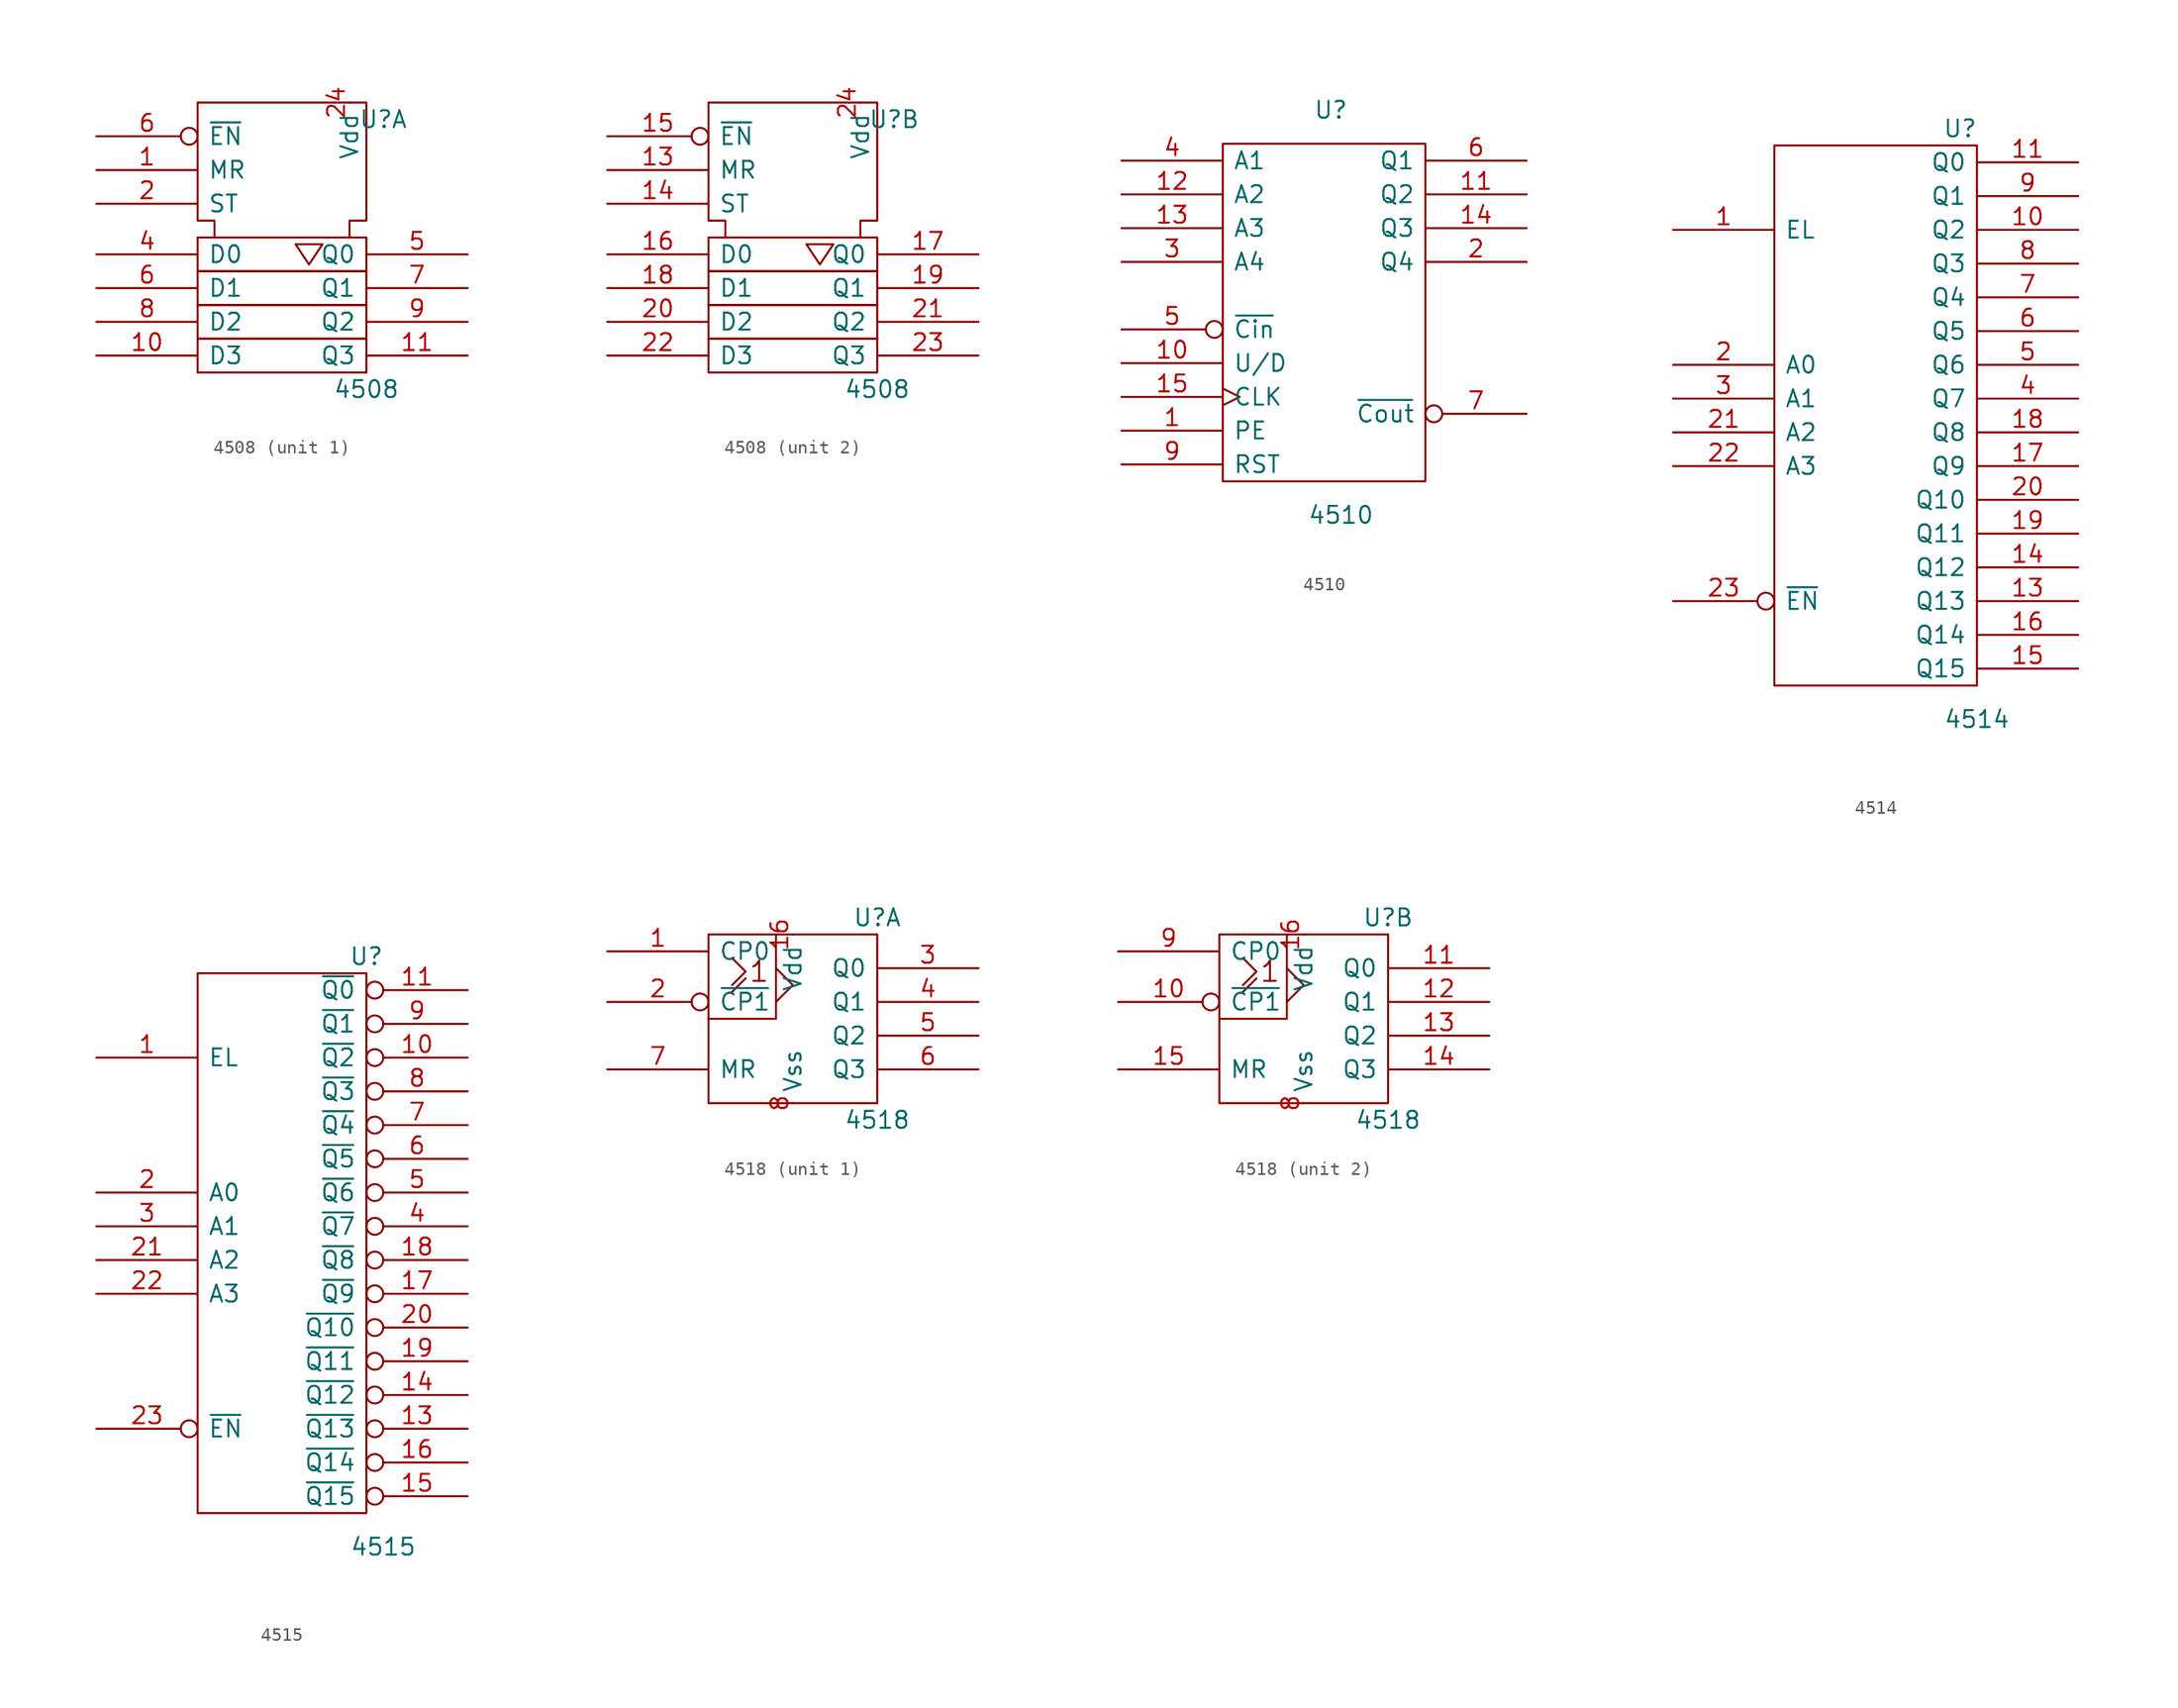
<source format=kicad_sym>
(kicad_symbol_lib
  (version 20201005)
  (generator kicad_symbol_editor)
  (symbol "4508"
    (pin_names
      (offset 0.762))
    (property "Reference" "U"
      (at 7.62 8.89 0)
      (effects (font (size 1.27 1.27))))
    (property "Value" "4508"
      (at 6.35 -11.43 0)
      (effects (font (size 1.27 1.27))))
    (symbol "4508_0_1"
      (rectangle (start -6.35 -7.62) (end 6.35 -10.16) (stroke (width 0)) (fill (type none)))
      (rectangle (start -6.35 -5.08) (end 6.35 -7.62) (stroke (width 0)) (fill (type none)))
      (rectangle (start -6.35 -2.54) (end 6.35 -5.08) (stroke (width 0)) (fill (type none)))
      (rectangle (start -6.35 0) (end 6.35 -2.54) (stroke (width 0)) (fill (type none)))
      (polyline (pts (xy 1.016 -0.508) (xy 2.032 -2.032) (xy 3.048 -0.508) (xy 1.016 -0.508) (xy 1.016 -0.508)) (stroke (width 0)) (fill (type none)))
      (polyline (pts (xy -5.08 0) (xy -5.08 1.27) (xy -6.35 1.27) (xy -6.35 10.16) (xy 6.35 10.16) (xy 6.35 1.27) (xy 5.08 1.27) (xy 5.08 0) (xy 5.08 0)) (stroke (width 0)) (fill (type none)))
      (pin power_in line (at 1.27 10.16 270) (length 0) hide (name "Vss" (effects (font (size 1.27 1.27)))) (number "12" (effects (font (size 1.27 1.27)))))
      (pin power_in line (at 5.08 10.16 270) (length 0) (name "Vdd" (effects (font (size 1.27 1.27)))) (number "24" (effects (font (size 1.27 1.27))))))
    (symbol "4508_1_1"
      (pin input line (at -13.97 5.08 0) (length 7.62) (name "MR" (effects (font (size 1.27 1.27)))) (number "1" (effects (font (size 1.27 1.27)))))
      (pin input line (at -13.97 -8.89 0) (length 7.62) (name "D3" (effects (font (size 1.27 1.27)))) (number "10" (effects (font (size 1.27 1.27)))))
      (pin output line (at 13.97 -8.89 180) (length 7.62) (name "Q3" (effects (font (size 1.27 1.27)))) (number "11" (effects (font (size 1.27 1.27)))))
      (pin input line (at -13.97 2.54 0) (length 7.62) (name "ST" (effects (font (size 1.27 1.27)))) (number "2" (effects (font (size 1.27 1.27)))))
      (pin input line (at -13.97 -1.27 0) (length 7.62) (name "D0" (effects (font (size 1.27 1.27)))) (number "4" (effects (font (size 1.27 1.27)))))
      (pin output line (at 13.97 -1.27 180) (length 7.62) (name "Q0" (effects (font (size 1.27 1.27)))) (number "5" (effects (font (size 1.27 1.27)))))
      (pin input line (at -13.97 -3.81 0) (length 7.62) (name "D1" (effects (font (size 1.27 1.27)))) (number "6" (effects (font (size 1.27 1.27)))))
      (pin input inverted (at -13.97 7.62 0) (length 7.62) (name "~EN" (effects (font (size 1.27 1.27)))) (number "6" (effects (font (size 1.27 1.27)))))
      (pin output line (at 13.97 -3.81 180) (length 7.62) (name "Q1" (effects (font (size 1.27 1.27)))) (number "7" (effects (font (size 1.27 1.27)))))
      (pin input line (at -13.97 -6.35 0) (length 7.62) (name "D2" (effects (font (size 1.27 1.27)))) (number "8" (effects (font (size 1.27 1.27)))))
      (pin output line (at 13.97 -6.35 180) (length 7.62) (name "Q2" (effects (font (size 1.27 1.27)))) (number "9" (effects (font (size 1.27 1.27))))))
    (symbol "4508_2_1"
      (pin input line (at -13.97 5.08 0) (length 7.62) (name "MR" (effects (font (size 1.27 1.27)))) (number "13" (effects (font (size 1.27 1.27)))))
      (pin input line (at -13.97 2.54 0) (length 7.62) (name "ST" (effects (font (size 1.27 1.27)))) (number "14" (effects (font (size 1.27 1.27)))))
      (pin input inverted (at -13.97 7.62 0) (length 7.62) (name "~EN" (effects (font (size 1.27 1.27)))) (number "15" (effects (font (size 1.27 1.27)))))
      (pin input line (at -13.97 -1.27 0) (length 7.62) (name "D0" (effects (font (size 1.27 1.27)))) (number "16" (effects (font (size 1.27 1.27)))))
      (pin output line (at 13.97 -1.27 180) (length 7.62) (name "Q0" (effects (font (size 1.27 1.27)))) (number "17" (effects (font (size 1.27 1.27)))))
      (pin input line (at -13.97 -3.81 0) (length 7.62) (name "D1" (effects (font (size 1.27 1.27)))) (number "18" (effects (font (size 1.27 1.27)))))
      (pin output line (at 13.97 -3.81 180) (length 7.62) (name "Q1" (effects (font (size 1.27 1.27)))) (number "19" (effects (font (size 1.27 1.27)))))
      (pin input line (at -13.97 -6.35 0) (length 7.62) (name "D2" (effects (font (size 1.27 1.27)))) (number "20" (effects (font (size 1.27 1.27)))))
      (pin output line (at 13.97 -6.35 180) (length 7.62) (name "Q2" (effects (font (size 1.27 1.27)))) (number "21" (effects (font (size 1.27 1.27)))))
      (pin input line (at -13.97 -8.89 0) (length 7.62) (name "D3" (effects (font (size 1.27 1.27)))) (number "22" (effects (font (size 1.27 1.27)))))
      (pin output line (at 13.97 -8.89 180) (length 7.62) (name "Q3" (effects (font (size 1.27 1.27)))) (number "23" (effects (font (size 1.27 1.27)))))))
  (symbol "4510"
    (pin_names
      (offset 0.762))
    (property "Reference" "U"
      (at 0.508 15.24 0)
      (effects (font (size 1.27 1.27))))
    (property "Value" "4510"
      (at 1.27 -15.24 0)
      (effects (font (size 1.27 1.27))))
    (symbol "4510_0_1"
      (rectangle (start -7.62 12.7) (end 7.62 -12.7) (stroke (width 0)) (fill (type none))))
    (symbol "4510_1_1"
      (pin input line (at -15.24 -8.89 0) (length 7.62) (name "PE" (effects (font (size 1.27 1.27)))) (number "1" (effects (font (size 1.27 1.27)))))
      (pin input line (at -15.24 -3.81 0) (length 7.62) (name "U/D" (effects (font (size 1.27 1.27)))) (number "10" (effects (font (size 1.27 1.27)))))
      (pin output line (at 15.24 8.89 180) (length 7.62) (name "Q2" (effects (font (size 1.27 1.27)))) (number "11" (effects (font (size 1.27 1.27)))))
      (pin input line (at -15.24 8.89 0) (length 7.62) (name "A2" (effects (font (size 1.27 1.27)))) (number "12" (effects (font (size 1.27 1.27)))))
      (pin input line (at -15.24 6.35 0) (length 7.62) (name "A3" (effects (font (size 1.27 1.27)))) (number "13" (effects (font (size 1.27 1.27)))))
      (pin output line (at 15.24 6.35 180) (length 7.62) (name "Q3" (effects (font (size 1.27 1.27)))) (number "14" (effects (font (size 1.27 1.27)))))
      (pin input clock (at -15.24 -6.35 0) (length 7.62) (name "CLK" (effects (font (size 1.27 1.27)))) (number "15" (effects (font (size 1.27 1.27)))))
      (pin power_in line (at 0 12.7 270) (length 0) hide (name "Vdd" (effects (font (size 1.27 1.27)))) (number "16" (effects (font (size 1.27 1.27)))))
      (pin output line (at 15.24 3.81 180) (length 7.62) (name "Q4" (effects (font (size 1.27 1.27)))) (number "2" (effects (font (size 1.27 1.27)))))
      (pin input line (at -15.24 3.81 0) (length 7.62) (name "A4" (effects (font (size 1.27 1.27)))) (number "3" (effects (font (size 1.27 1.27)))))
      (pin input line (at -15.24 11.43 0) (length 7.62) (name "A1" (effects (font (size 1.27 1.27)))) (number "4" (effects (font (size 1.27 1.27)))))
      (pin input inverted (at -15.24 -1.27 0) (length 7.62) (name "~Cin" (effects (font (size 1.27 1.27)))) (number "5" (effects (font (size 1.27 1.27)))))
      (pin output line (at 15.24 11.43 180) (length 7.62) (name "Q1" (effects (font (size 1.27 1.27)))) (number "6" (effects (font (size 1.27 1.27)))))
      (pin output inverted (at 15.24 -7.62 180) (length 7.62) (name "~Cout" (effects (font (size 1.27 1.27)))) (number "7" (effects (font (size 1.27 1.27)))))
      (pin power_in line (at 0 -12.7 90) (length 0) hide (name "Vss" (effects (font (size 1.27 1.27)))) (number "8" (effects (font (size 1.27 1.27)))))
      (pin input line (at -15.24 -11.43 0) (length 7.62) (name "RST" (effects (font (size 1.27 1.27)))) (number "9" (effects (font (size 1.27 1.27)))))))
  (symbol "4514"
    (pin_names
      (offset 0.762))
    (property "Reference" "U"
      (at 6.35 21.59 0)
      (effects (font (size 1.27 1.27))))
    (property "Value" "4514"
      (at 7.62 -22.86 0)
      (effects (font (size 1.27 1.27))))
    (symbol "4514_0_1"
      (rectangle (start 7.62 20.32) (end -7.62 -20.32) (stroke (width 0)) (fill (type none))))
    (symbol "4514_1_1"
      (pin input line (at -15.24 13.97 0) (length 7.62) (name "EL" (effects (font (size 1.27 1.27)))) (number "1" (effects (font (size 1.27 1.27)))))
      (pin output line (at 15.24 13.97 180) (length 7.62) (name "Q2" (effects (font (size 1.27 1.27)))) (number "10" (effects (font (size 1.27 1.27)))))
      (pin output line (at 15.24 19.05 180) (length 7.62) (name "Q0" (effects (font (size 1.27 1.27)))) (number "11" (effects (font (size 1.27 1.27)))))
      (pin power_in line (at 0 -20.32 90) (length 0) hide (name "Vss" (effects (font (size 1.27 1.27)))) (number "12" (effects (font (size 1.27 1.27)))))
      (pin output line (at 15.24 -13.97 180) (length 7.62) (name "Q13" (effects (font (size 1.27 1.27)))) (number "13" (effects (font (size 1.27 1.27)))))
      (pin output line (at 15.24 -11.43 180) (length 7.62) (name "Q12" (effects (font (size 1.27 1.27)))) (number "14" (effects (font (size 1.27 1.27)))))
      (pin output line (at 15.24 -19.05 180) (length 7.62) (name "Q15" (effects (font (size 1.27 1.27)))) (number "15" (effects (font (size 1.27 1.27)))))
      (pin output line (at 15.24 -16.51 180) (length 7.62) (name "Q14" (effects (font (size 1.27 1.27)))) (number "16" (effects (font (size 1.27 1.27)))))
      (pin output line (at 15.24 -3.81 180) (length 7.62) (name "Q9" (effects (font (size 1.27 1.27)))) (number "17" (effects (font (size 1.27 1.27)))))
      (pin output line (at 15.24 -1.27 180) (length 7.62) (name "Q8" (effects (font (size 1.27 1.27)))) (number "18" (effects (font (size 1.27 1.27)))))
      (pin output line (at 15.24 -8.89 180) (length 7.62) (name "Q11" (effects (font (size 1.27 1.27)))) (number "19" (effects (font (size 1.27 1.27)))))
      (pin input line (at -15.24 3.81 0) (length 7.62) (name "A0" (effects (font (size 1.27 1.27)))) (number "2" (effects (font (size 1.27 1.27)))))
      (pin output line (at 15.24 -6.35 180) (length 7.62) (name "Q10" (effects (font (size 1.27 1.27)))) (number "20" (effects (font (size 1.27 1.27)))))
      (pin input line (at -15.24 -1.27 0) (length 7.62) (name "A2" (effects (font (size 1.27 1.27)))) (number "21" (effects (font (size 1.27 1.27)))))
      (pin input line (at -15.24 -3.81 0) (length 7.62) (name "A3" (effects (font (size 1.27 1.27)))) (number "22" (effects (font (size 1.27 1.27)))))
      (pin input inverted (at -15.24 -13.97 0) (length 7.62) (name "~EN" (effects (font (size 1.27 1.27)))) (number "23" (effects (font (size 1.27 1.27)))))
      (pin power_in line (at 0 20.32 270) (length 0) hide (name "Vdd" (effects (font (size 1.27 1.27)))) (number "24" (effects (font (size 1.27 1.27)))))
      (pin input line (at -15.24 1.27 0) (length 7.62) (name "A1" (effects (font (size 1.27 1.27)))) (number "3" (effects (font (size 1.27 1.27)))))
      (pin output line (at 15.24 1.27 180) (length 7.62) (name "Q7" (effects (font (size 1.27 1.27)))) (number "4" (effects (font (size 1.27 1.27)))))
      (pin output line (at 15.24 3.81 180) (length 7.62) (name "Q6" (effects (font (size 1.27 1.27)))) (number "5" (effects (font (size 1.27 1.27)))))
      (pin output line (at 15.24 6.35 180) (length 7.62) (name "Q5" (effects (font (size 1.27 1.27)))) (number "6" (effects (font (size 1.27 1.27)))))
      (pin output line (at 15.24 8.89 180) (length 7.62) (name "Q4" (effects (font (size 1.27 1.27)))) (number "7" (effects (font (size 1.27 1.27)))))
      (pin output line (at 15.24 11.43 180) (length 7.62) (name "Q3" (effects (font (size 1.27 1.27)))) (number "8" (effects (font (size 1.27 1.27)))))
      (pin output line (at 15.24 16.51 180) (length 7.62) (name "Q1" (effects (font (size 1.27 1.27)))) (number "9" (effects (font (size 1.27 1.27)))))))
  (symbol "4515"
    (pin_names
      (offset 0.762))
    (property "Reference" "U"
      (at 6.35 21.59 0)
      (effects (font (size 1.27 1.27))))
    (property "Value" "4515"
      (at 7.62 -22.86 0)
      (effects (font (size 1.27 1.27))))
    (symbol "4515_0_1"
      (rectangle (start -6.35 20.32) (end 6.35 -20.32) (stroke (width 0)) (fill (type none))))
    (symbol "4515_1_1"
      (pin input line (at -13.97 13.97 0) (length 7.62) (name "EL" (effects (font (size 1.27 1.27)))) (number "1" (effects (font (size 1.27 1.27)))))
      (pin output inverted (at 13.97 13.97 180) (length 7.62) (name "~Q2" (effects (font (size 1.27 1.27)))) (number "10" (effects (font (size 1.27 1.27)))))
      (pin output inverted (at 13.97 19.05 180) (length 7.62) (name "~Q0" (effects (font (size 1.27 1.27)))) (number "11" (effects (font (size 1.27 1.27)))))
      (pin power_in line (at 0 -20.32 90) (length 0) hide (name "Vss" (effects (font (size 1.27 1.27)))) (number "12" (effects (font (size 1.27 1.27)))))
      (pin output inverted (at 13.97 -13.97 180) (length 7.62) (name "~Q13" (effects (font (size 1.27 1.27)))) (number "13" (effects (font (size 1.27 1.27)))))
      (pin output inverted (at 13.97 -11.43 180) (length 7.62) (name "~Q12" (effects (font (size 1.27 1.27)))) (number "14" (effects (font (size 1.27 1.27)))))
      (pin output inverted (at 13.97 -19.05 180) (length 7.62) (name "~Q15" (effects (font (size 1.27 1.27)))) (number "15" (effects (font (size 1.27 1.27)))))
      (pin output inverted (at 13.97 -16.51 180) (length 7.62) (name "~Q14" (effects (font (size 1.27 1.27)))) (number "16" (effects (font (size 1.27 1.27)))))
      (pin output inverted (at 13.97 -3.81 180) (length 7.62) (name "~Q9" (effects (font (size 1.27 1.27)))) (number "17" (effects (font (size 1.27 1.27)))))
      (pin output inverted (at 13.97 -1.27 180) (length 7.62) (name "~Q8" (effects (font (size 1.27 1.27)))) (number "18" (effects (font (size 1.27 1.27)))))
      (pin output inverted (at 13.97 -8.89 180) (length 7.62) (name "~Q11" (effects (font (size 1.27 1.27)))) (number "19" (effects (font (size 1.27 1.27)))))
      (pin input line (at -13.97 3.81 0) (length 7.62) (name "A0" (effects (font (size 1.27 1.27)))) (number "2" (effects (font (size 1.27 1.27)))))
      (pin output inverted (at 13.97 -6.35 180) (length 7.62) (name "~Q10" (effects (font (size 1.27 1.27)))) (number "20" (effects (font (size 1.27 1.27)))))
      (pin input line (at -13.97 -1.27 0) (length 7.62) (name "A2" (effects (font (size 1.27 1.27)))) (number "21" (effects (font (size 1.27 1.27)))))
      (pin input line (at -13.97 -3.81 0) (length 7.62) (name "A3" (effects (font (size 1.27 1.27)))) (number "22" (effects (font (size 1.27 1.27)))))
      (pin input inverted (at -13.97 -13.97 0) (length 7.62) (name "~EN" (effects (font (size 1.27 1.27)))) (number "23" (effects (font (size 1.27 1.27)))))
      (pin power_in line (at 0 20.32 270) (length 0) hide (name "Vdd" (effects (font (size 1.27 1.27)))) (number "24" (effects (font (size 1.27 1.27)))))
      (pin input line (at -13.97 1.27 0) (length 7.62) (name "A1" (effects (font (size 1.27 1.27)))) (number "3" (effects (font (size 1.27 1.27)))))
      (pin output inverted (at 13.97 1.27 180) (length 7.62) (name "~Q7" (effects (font (size 1.27 1.27)))) (number "4" (effects (font (size 1.27 1.27)))))
      (pin output inverted (at 13.97 3.81 180) (length 7.62) (name "~Q6" (effects (font (size 1.27 1.27)))) (number "5" (effects (font (size 1.27 1.27)))))
      (pin output inverted (at 13.97 6.35 180) (length 7.62) (name "~Q5" (effects (font (size 1.27 1.27)))) (number "6" (effects (font (size 1.27 1.27)))))
      (pin output inverted (at 13.97 8.89 180) (length 7.62) (name "~Q4" (effects (font (size 1.27 1.27)))) (number "7" (effects (font (size 1.27 1.27)))))
      (pin output inverted (at 13.97 11.43 180) (length 7.62) (name "~Q3" (effects (font (size 1.27 1.27)))) (number "8" (effects (font (size 1.27 1.27)))))
      (pin output inverted (at 13.97 16.51 180) (length 7.62) (name "~Q1" (effects (font (size 1.27 1.27)))) (number "9" (effects (font (size 1.27 1.27)))))))
  (symbol "4518"
    (pin_names
      (offset 0.762))
    (property "Reference" "U"
      (at 6.35 7.62 0)
      (effects (font (size 1.27 1.27))))
    (property "Value" "4518"
      (at 6.35 -7.62 0)
      (effects (font (size 1.27 1.27))))
    (symbol "4518_0_0"
      (text "1" (at -2.54 3.556 0) (effects (font (size 1.524 1.524)))))
    (symbol "4518_0_1"
      (rectangle (start 6.35 6.35) (end -6.35 -6.35) (stroke (width 0)) (fill (type none)))
      (polyline (pts (xy -4.572 2.032) (xy -3.556 3.048) (xy -3.556 3.048)) (stroke (width 0)) (fill (type none)))
      (polyline (pts (xy -4.572 4.572) (xy -3.556 3.556) (xy -4.572 2.54) (xy -4.572 2.54)) (stroke (width 0)) (fill (type none)))
      (polyline (pts (xy -1.27 3.81) (xy 0 2.54) (xy -1.27 1.27) (xy -1.27 1.27)) (stroke (width 0)) (fill (type none)))
      (polyline (pts (xy -1.27 6.35) (xy -1.27 0) (xy -6.35 0) (xy -6.35 0)) (stroke (width 0)) (fill (type none)))
      (pin power_in line (at 0 6.35 270) (length 0) (name "Vdd" (effects (font (size 1.27 1.27)))) (number "16" (effects (font (size 1.27 1.27)))))
      (pin power_in line (at 0 -6.35 90) (length 0) (name "Vss" (effects (font (size 1.27 1.27)))) (number "8" (effects (font (size 1.27 1.27))))))
    (symbol "4518_1_1"
      (pin input line (at -13.97 5.08 0) (length 7.62) (name "CP0" (effects (font (size 1.27 1.27)))) (number "1" (effects (font (size 1.27 1.27)))))
      (pin input inverted (at -13.97 1.27 0) (length 7.62) (name "~CP1" (effects (font (size 1.27 1.27)))) (number "2" (effects (font (size 1.27 1.27)))))
      (pin output line (at 13.97 3.81 180) (length 7.62) (name "Q0" (effects (font (size 1.27 1.27)))) (number "3" (effects (font (size 1.27 1.27)))))
      (pin output line (at 13.97 1.27 180) (length 7.62) (name "Q1" (effects (font (size 1.27 1.27)))) (number "4" (effects (font (size 1.27 1.27)))))
      (pin output line (at 13.97 -1.27 180) (length 7.62) (name "Q2" (effects (font (size 1.27 1.27)))) (number "5" (effects (font (size 1.27 1.27)))))
      (pin output line (at 13.97 -3.81 180) (length 7.62) (name "Q3" (effects (font (size 1.27 1.27)))) (number "6" (effects (font (size 1.27 1.27)))))
      (pin input line (at -13.97 -3.81 0) (length 7.62) (name "MR" (effects (font (size 1.27 1.27)))) (number "7" (effects (font (size 1.27 1.27))))))
    (symbol "4518_2_1"
      (pin input inverted (at -13.97 1.27 0) (length 7.62) (name "~CP1" (effects (font (size 1.27 1.27)))) (number "10" (effects (font (size 1.27 1.27)))))
      (pin output line (at 13.97 3.81 180) (length 7.62) (name "Q0" (effects (font (size 1.27 1.27)))) (number "11" (effects (font (size 1.27 1.27)))))
      (pin output line (at 13.97 1.27 180) (length 7.62) (name "Q1" (effects (font (size 1.27 1.27)))) (number "12" (effects (font (size 1.27 1.27)))))
      (pin output line (at 13.97 -1.27 180) (length 7.62) (name "Q2" (effects (font (size 1.27 1.27)))) (number "13" (effects (font (size 1.27 1.27)))))
      (pin output line (at 13.97 -3.81 180) (length 7.62) (name "Q3" (effects (font (size 1.27 1.27)))) (number "14" (effects (font (size 1.27 1.27)))))
      (pin input line (at -13.97 -3.81 0) (length 7.62) (name "MR" (effects (font (size 1.27 1.27)))) (number "15" (effects (font (size 1.27 1.27)))))
      (pin input line (at -13.97 5.08 0) (length 7.62) (name "CP0" (effects (font (size 1.27 1.27)))) (number "9" (effects (font (size 1.27 1.27))))))))
</source>
